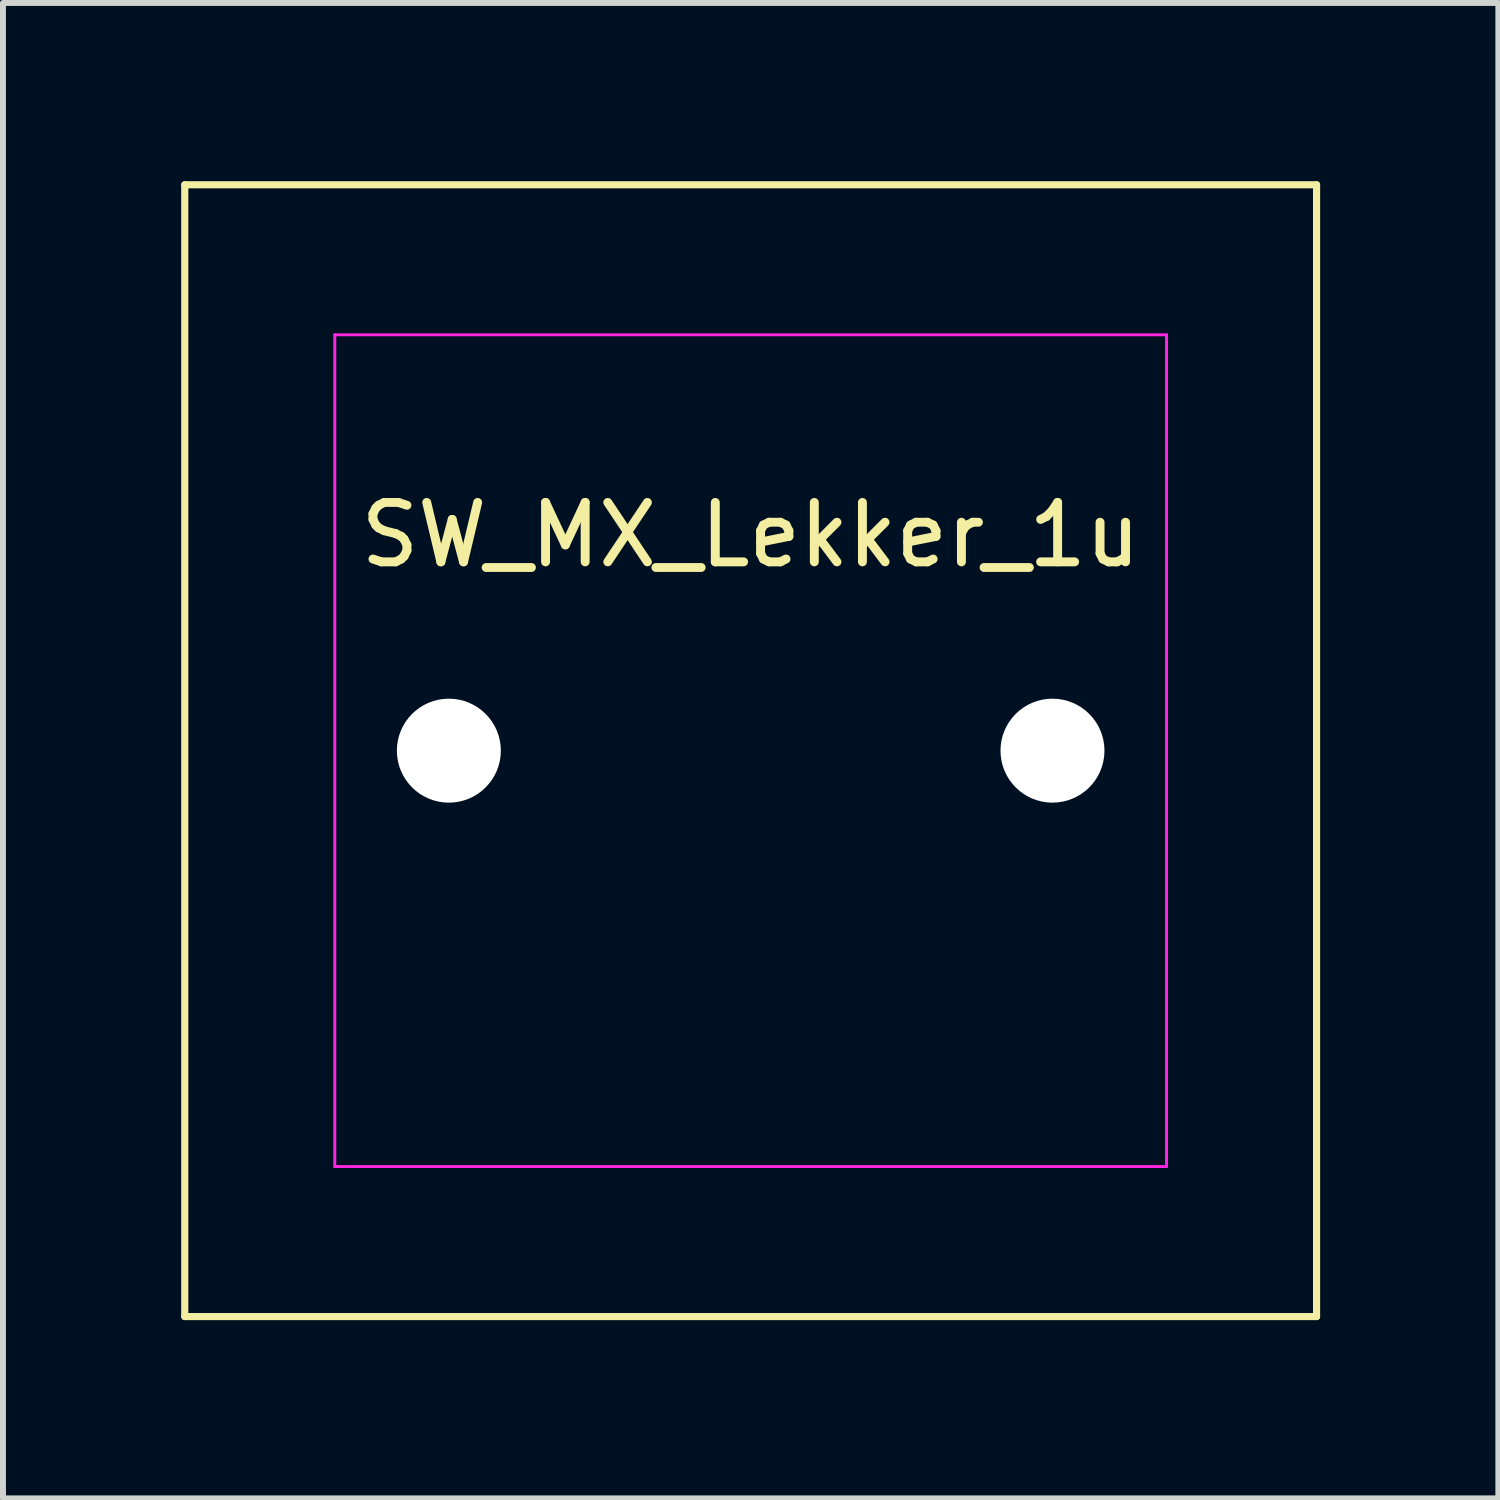
<source format=kicad_pcb>
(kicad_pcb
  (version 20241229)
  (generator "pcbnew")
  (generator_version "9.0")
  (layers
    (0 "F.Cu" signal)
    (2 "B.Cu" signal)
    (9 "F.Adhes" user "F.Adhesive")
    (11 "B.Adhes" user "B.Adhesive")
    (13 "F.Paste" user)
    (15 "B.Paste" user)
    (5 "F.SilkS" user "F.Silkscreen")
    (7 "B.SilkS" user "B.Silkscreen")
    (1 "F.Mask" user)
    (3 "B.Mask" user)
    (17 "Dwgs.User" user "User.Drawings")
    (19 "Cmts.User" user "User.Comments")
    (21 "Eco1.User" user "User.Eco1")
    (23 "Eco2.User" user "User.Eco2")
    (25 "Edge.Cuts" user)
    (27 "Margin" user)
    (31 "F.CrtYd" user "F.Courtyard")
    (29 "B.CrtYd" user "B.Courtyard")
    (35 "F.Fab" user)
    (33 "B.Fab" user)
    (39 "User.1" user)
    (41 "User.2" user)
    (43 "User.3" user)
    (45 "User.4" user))
  (footprint "SW_MX_Lekker_1u"
    (layer "F.Cu")
    (at 9.585 9.585)
    (property "Reference" "SW_MX_Lekker_1u" (at 0 -3.048 0) (layer "F.SilkS") (effects (font (size 1 1) (thickness 0.15)) (justify bottom)))
    (attr smd exclude_from_pos_files exclude_from_bom)
    (fp_line (start -9.525 -9.525) (end -9.525 9.525) (stroke (width 0.12) (type solid)) (layer "F.SilkS"))
    (fp_line (start -9.525 9.525) (end 9.525 9.525) (stroke (width 0.12) (type solid)) (layer "F.SilkS"))
    (fp_line (start 9.525 -9.525) (end -9.525 -9.525) (stroke (width 0.12) (type solid)) (layer "F.SilkS"))
    (fp_line (start 9.525 9.525) (end 9.525 -9.525) (stroke (width 0.12) (type solid)) (layer "F.SilkS"))
    (fp_line (start -7 6.5) (end -7 -6.5) (stroke (width 0.05) (type solid)) (layer "Eco2.User"))
    (fp_line (start -6.5 -7) (end 6.5 -7) (stroke (width 0.05) (type solid)) (layer "Eco2.User"))
    (fp_line (start 6.5 7) (end -6.5 7) (stroke (width 0.05) (type solid)) (layer "Eco2.User"))
    (fp_line (start 7 -6.5) (end 7 6.5) (stroke (width 0.05) (type solid)) (layer "Eco2.User"))
    (fp_arc (start -7 -6.5) (mid -6.853553 -6.853553) (end -6.5 -7) (stroke (width 0.05) (type solid)) (layer "Eco2.User"))
    (fp_arc (start -6.5 7) (mid -6.853553 6.853553) (end -7 6.5) (stroke (width 0.05) (type solid)) (layer "Eco2.User"))
    (fp_arc (start 6.5 -7) (mid 6.853553 -6.853553) (end 7 -6.5) (stroke (width 0.05) (type solid)) (layer "Eco2.User"))
    (fp_arc (start 6.997236 6.498884) (mid 6.850789 6.852437) (end 6.497236 6.998884) (stroke (width 0.05) (type solid)) (layer "Eco2.User"))
    (fp_line (start -7 -7) (end -7 7) (stroke (width 0.05) (type solid)) (layer "F.CrtYd"))
    (fp_line (start -7 7) (end 7 7) (stroke (width 0.05) (type solid)) (layer "F.CrtYd"))
    (fp_line (start 7 -7) (end -7 -7) (stroke (width 0.05) (type solid)) (layer "F.CrtYd"))
    (fp_line (start 7 7) (end 7 -7) (stroke (width 0.05) (type solid)) (layer "F.CrtYd"))
    (pad "" np_thru_hole circle (at -5.08 0) (size 1.75 1.75) (drill 1.75) (layers "*.Cu" "*.Mask"))
    (pad "" np_thru_hole circle (at 5.08 0) (size 1.75 1.75) (drill 1.75) (layers "*.Cu" "*.Mask"))
    (zone (net_name "") (layer "F.Cu") (hatch edge 0.5) (connect_pads) (min_thickness 0.25) (filled_areas_thickness no) (keepout (tracks not_allowed) (vias not_allowed) (pads not_allowed) (copperpour not_allowed) (footprints allowed)) (placement (enabled no)) (fill) (polygon (pts (xy 7.045 8.315) (xy 8.315 7.045) (xy 10.855 7.045) (xy 12.125 8.315) (xy 12.125 10.855) (xy 10.855 12.125) (xy 8.315 12.125) (xy 7.045 10.855)))))
  (gr_rect
    (start -3 -3)
    (end 22.17 22.17)
    (stroke (width 0.1) (type default))
    (fill no)
    (layer "Edge.Cuts")))
</source>
